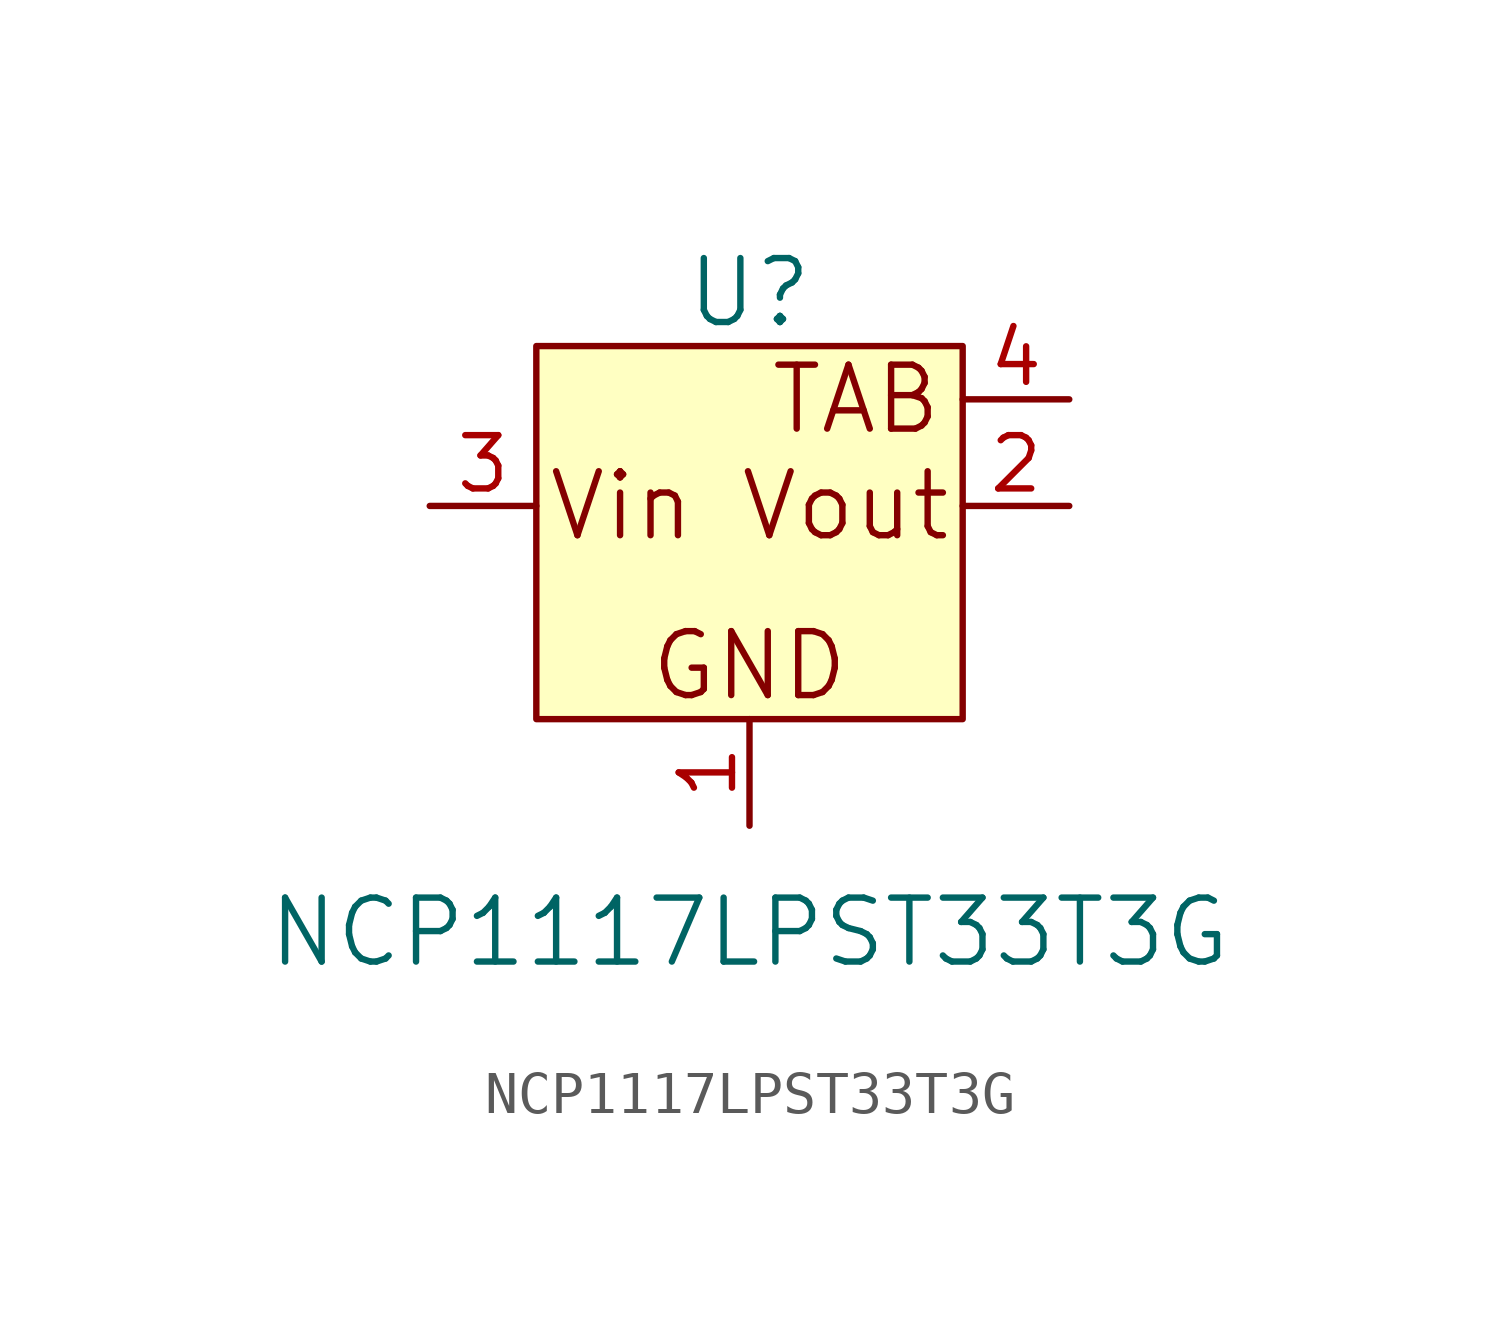
<source format=kicad_sym>
(kicad_symbol_lib
  (version 20220914)
  (generator kicad_symbol_editor)
  (symbol "NCP1117LPST33T3G"
    (pin_names
      (offset 0) hide)
    (property "Reference" "U"
      (at 0 5.08 0)
      (effects (font (size 1.524 1.524))))
    (property "Value" "NCP1117LPST33T3G"
      (at 0 -10.16 0)
      (effects (font (size 1.524 1.524))))
    (symbol "NCP1117LPST33T3G_0_0"
      (rectangle (start -5.08 -5.08) (end 5.08 3.81) (stroke (width 0) (type default)) (fill (type background)))
      (text "GND" (at 0 -3.81 0) (effects (font (size 1.524 1.524))))
      (text "TAB" (at 2.54 2.54 0) (effects (font (size 1.524 1.524))))
      (text "Vin" (at -3.048 0 0) (effects (font (size 1.524 1.524))))
      (text "Vout" (at 2.286 0 0) (effects (font (size 1.524 1.524)))))
    (symbol "NCP1117LPST33T3G_1_1"
      (pin input line (at 0 -7.62 90) (length 2.54) (name "GND" (effects (font (size 1.27 1.27)))) (number "1" (effects (font (size 1.27 1.27)))))
      (pin input line (at 7.62 0 180) (length 2.54) (name "Vout" (effects (font (size 1.27 1.27)))) (number "2" (effects (font (size 1.27 1.27)))))
      (pin input line (at -7.62 0 0) (length 2.54) (name "Vin" (effects (font (size 1.27 1.27)))) (number "3" (effects (font (size 1.27 1.27)))))
      (pin input line (at 7.62 2.54 180) (length 2.54) (name "Vout_(TAB)" (effects (font (size 1.27 1.27)))) (number "4" (effects (font (size 1.27 1.27))))))))
</source>
